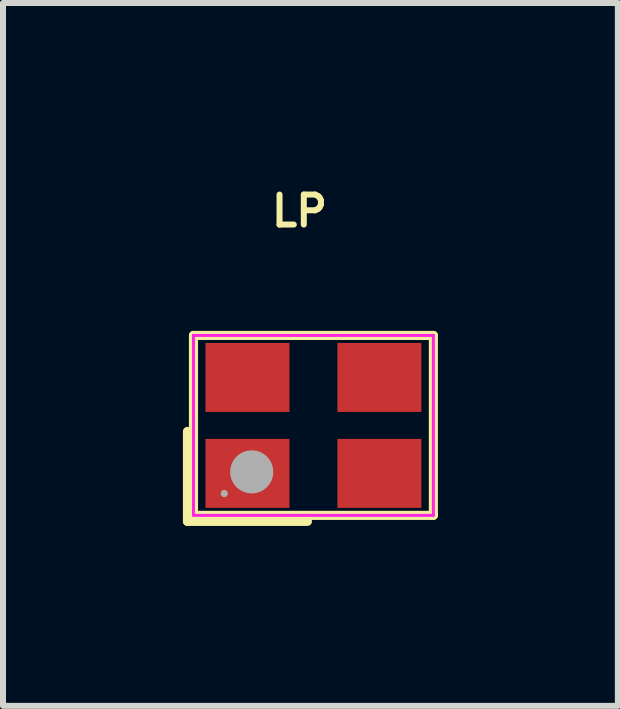
<source format=kicad_pcb>
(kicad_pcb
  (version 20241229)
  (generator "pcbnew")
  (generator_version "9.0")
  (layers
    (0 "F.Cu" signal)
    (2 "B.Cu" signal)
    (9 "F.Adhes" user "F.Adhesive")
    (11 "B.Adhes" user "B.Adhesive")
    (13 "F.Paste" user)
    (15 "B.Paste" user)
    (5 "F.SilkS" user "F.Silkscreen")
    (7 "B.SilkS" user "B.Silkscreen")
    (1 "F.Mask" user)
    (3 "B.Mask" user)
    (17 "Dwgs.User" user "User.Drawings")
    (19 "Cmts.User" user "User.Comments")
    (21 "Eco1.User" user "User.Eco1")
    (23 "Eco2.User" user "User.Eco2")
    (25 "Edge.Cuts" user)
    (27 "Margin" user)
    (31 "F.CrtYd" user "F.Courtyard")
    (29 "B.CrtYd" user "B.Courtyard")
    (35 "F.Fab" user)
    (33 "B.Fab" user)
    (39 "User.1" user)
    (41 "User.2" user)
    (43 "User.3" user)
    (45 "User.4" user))
  (footprint "LP"
    (layer "F.Cu")
    (at 2.176 4.043)
    (property "Reference" "LP" (at -0.75 -3.575 0) (layer "F.SilkS") (effects (font (size 0.5 0.5) (thickness 0.1)) (justify left)))
    (fp_line (start -2.1 0.1) (end -2.1 1.6) (stroke (width 0.152) (type solid)) (layer "F.SilkS"))
    (fp_line (start -2.1 1.6) (end -0.1 1.6) (stroke (width 0.152) (type solid)) (layer "F.SilkS"))
    (fp_line (start -2 -1.5) (end 2 -1.5) (stroke (width 0.152) (type solid)) (layer "F.SilkS"))
    (fp_line (start -2 1.5) (end -2 -1.5) (stroke (width 0.152) (type solid)) (layer "F.SilkS"))
    (fp_line (start 2 -1.5) (end 2 1.5) (stroke (width 0.152) (type solid)) (layer "F.SilkS"))
    (fp_line (start 2 1.5) (end -2 1.5) (stroke (width 0.152) (type solid)) (layer "F.SilkS"))
    (fp_line (start -2 -1.5) (end -2 1.5) (stroke (width 0.05) (type solid)) (layer "F.CrtYd"))
    (fp_line (start -2 1.5) (end 2 1.5) (stroke (width 0.05) (type solid)) (layer "F.CrtYd"))
    (fp_line (start 2 -1.5) (end -2 -1.5) (stroke (width 0.05) (type solid)) (layer "F.CrtYd"))
    (fp_line (start 2 1.5) (end 2 -1.5) (stroke (width 0.05) (type solid)) (layer "F.CrtYd"))
    (fp_arc (start -1.456 1.136) (mid -1.516 1.136) (end -1.456 1.136) (stroke (width 0.06) (type solid)) (layer "F.Fab"))
    (fp_arc (start -0.849 0.775) (mid -1.209 0.775) (end -0.849 0.775) (stroke (width 0.36) (type solid)) (layer "F.Fab"))
    (pad "1" smd rect (at -1.1 0.8) (size 1.4 1.15) (layers "F.Cu" "F.Mask" "F.Paste"))
    (pad "2" smd rect (at 1.1 0.8) (size 1.4 1.15) (layers "F.Cu" "F.Mask" "F.Paste"))
    (pad "3" smd rect (at 1.1 -0.8) (size 1.4 1.15) (layers "F.Cu" "F.Mask" "F.Paste"))
    (pad "4" smd rect (at -1.1 -0.8) (size 1.4 1.15) (layers "F.Cu" "F.Mask" "F.Paste")))
  (gr_rect
    (start -3 -3)
    (end 7.252 8.719)
    (stroke (width 0.1) (type default))
    (fill no)
    (layer "Edge.Cuts")))
</source>
